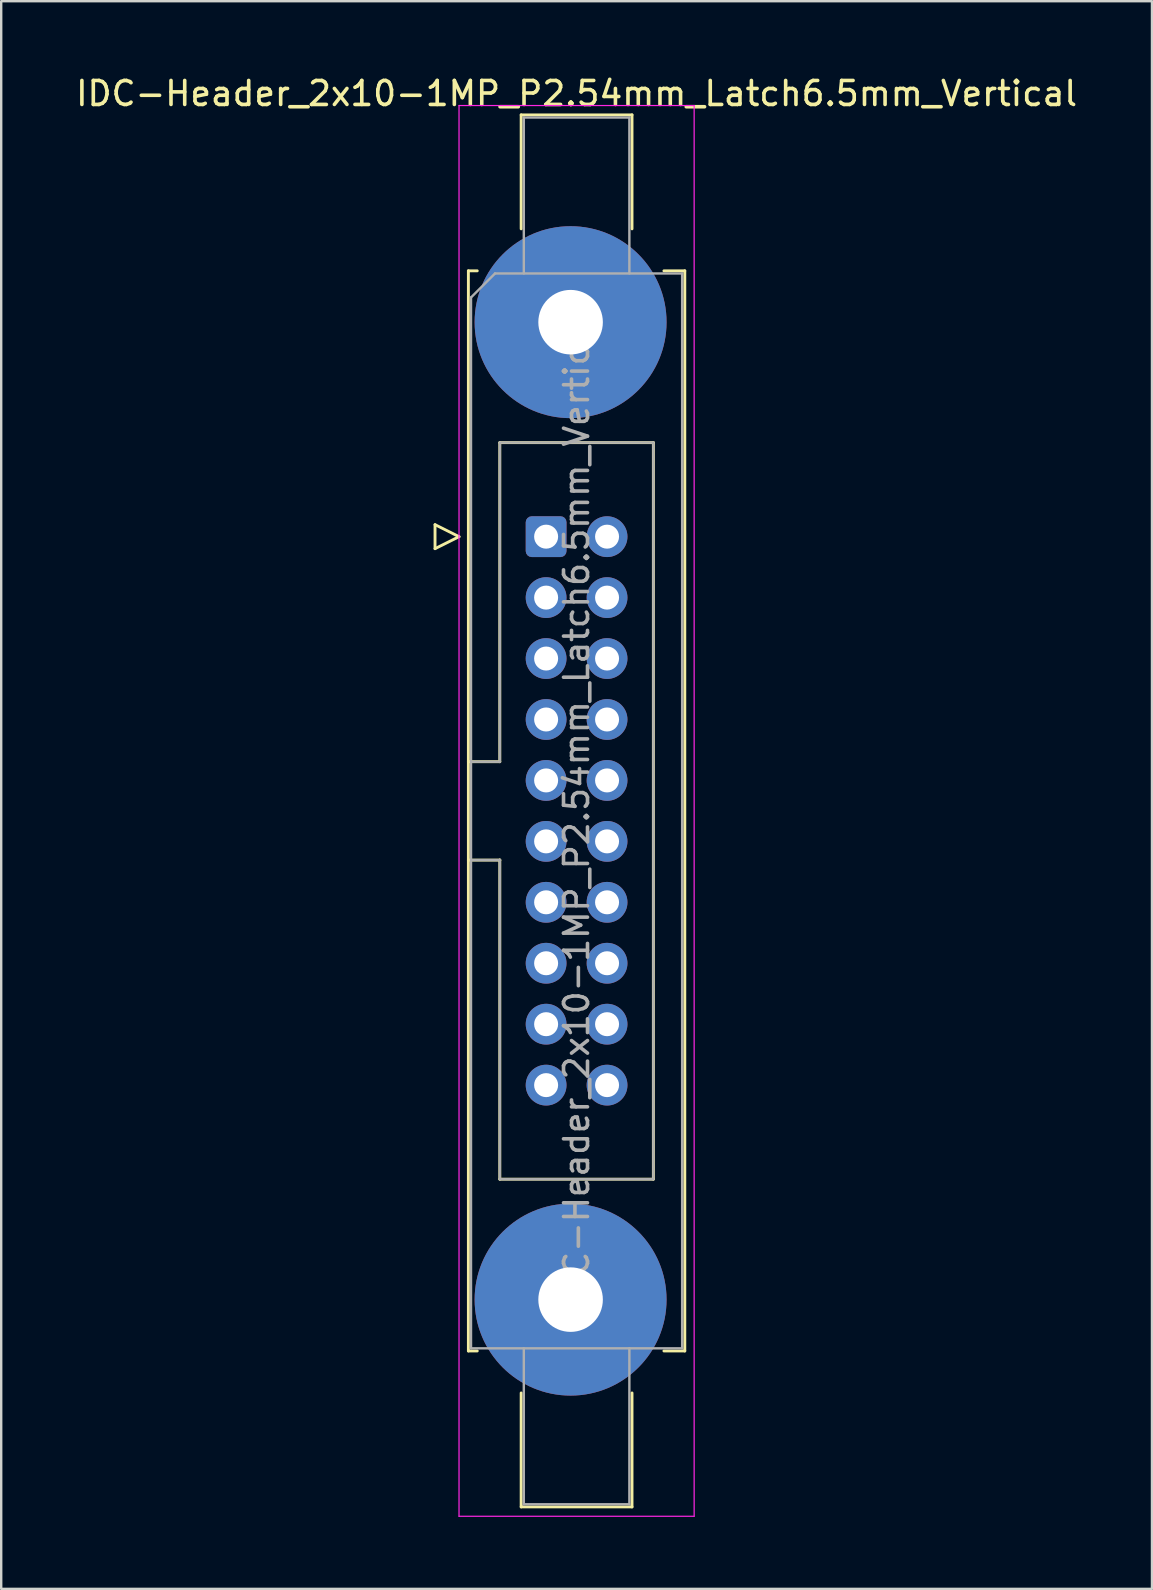
<source format=kicad_pcb>
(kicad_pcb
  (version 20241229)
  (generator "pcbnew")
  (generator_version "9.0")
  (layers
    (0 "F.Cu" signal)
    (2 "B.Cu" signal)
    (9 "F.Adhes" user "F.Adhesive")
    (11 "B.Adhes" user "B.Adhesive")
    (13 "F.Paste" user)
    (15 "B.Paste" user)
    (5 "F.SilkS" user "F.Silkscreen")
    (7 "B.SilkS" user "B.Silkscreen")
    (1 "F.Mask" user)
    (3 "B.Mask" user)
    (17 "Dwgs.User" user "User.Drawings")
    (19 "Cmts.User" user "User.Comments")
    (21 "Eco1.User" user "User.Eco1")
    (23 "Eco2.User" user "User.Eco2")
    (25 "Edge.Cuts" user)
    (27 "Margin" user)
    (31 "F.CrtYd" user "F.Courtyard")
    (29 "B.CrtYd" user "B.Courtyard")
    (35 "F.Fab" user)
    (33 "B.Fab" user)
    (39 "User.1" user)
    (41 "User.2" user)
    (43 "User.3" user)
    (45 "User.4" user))
  (footprint "IDC-Header_2x10-1MP_P2.54mm_Latch6.5mm_Vertical"
    (layer "F.Cu")
    (at 19.712 19.318)
    (property "Reference" "IDC-Header_2x10-1MP_P2.54mm_Latch6.5mm_Vertical" (at 1.27 -18.47 0) (layer "F.SilkS") (effects (font (size 1 1) (thickness 0.15))))
    (attr through_hole)
    (fp_line (start -4.63 -0.5) (end -4.63 0.5) (stroke (width 0.12) (type solid)) (layer "F.SilkS"))
    (fp_line (start -4.63 0.5) (end -3.63 0) (stroke (width 0.12) (type solid)) (layer "F.SilkS"))
    (fp_line (start -3.63 0) (end -4.63 -0.5) (stroke (width 0.12) (type solid)) (layer "F.SilkS"))
    (fp_line (start -3.24 -11.08) (end -3.24 33.94) (stroke (width 0.12) (type solid)) (layer "F.SilkS"))
    (fp_line (start -3.24 9.38) (end -1.93 9.38) (stroke (width 0.12) (type solid)) (layer "F.SilkS"))
    (fp_line (start -3.24 33.94) (end -2.87 33.94) (stroke (width 0.12) (type solid)) (layer "F.SilkS"))
    (fp_line (start -2.87 -11.08) (end -3.24 -11.08) (stroke (width 0.12) (type solid)) (layer "F.SilkS"))
    (fp_line (start -1.93 -3.92) (end 4.47 -3.92) (stroke (width 0.12) (type solid)) (layer "F.SilkS"))
    (fp_line (start -1.93 9.38) (end -1.93 -3.92) (stroke (width 0.12) (type solid)) (layer "F.SilkS"))
    (fp_line (start -1.93 13.48) (end -3.24 13.48) (stroke (width 0.12) (type solid)) (layer "F.SilkS"))
    (fp_line (start -1.93 13.48) (end -1.93 13.48) (stroke (width 0.12) (type solid)) (layer "F.SilkS"))
    (fp_line (start -1.93 26.78) (end -1.93 13.48) (stroke (width 0.12) (type solid)) (layer "F.SilkS"))
    (fp_line (start -1.04 -17.58) (end 3.58 -17.58) (stroke (width 0.12) (type solid)) (layer "F.SilkS"))
    (fp_line (start -1.04 -12.83) (end -1.04 -17.58) (stroke (width 0.12) (type solid)) (layer "F.SilkS"))
    (fp_line (start -1.04 35.69) (end -1.04 40.44) (stroke (width 0.12) (type solid)) (layer "F.SilkS"))
    (fp_line (start -1.04 40.44) (end 3.58 40.44) (stroke (width 0.12) (type solid)) (layer "F.SilkS"))
    (fp_line (start 3.58 -17.58) (end 3.58 -12.83) (stroke (width 0.12) (type solid)) (layer "F.SilkS"))
    (fp_line (start 3.58 40.44) (end 3.58 35.69) (stroke (width 0.12) (type solid)) (layer "F.SilkS"))
    (fp_line (start 4.47 -3.92) (end 4.47 26.78) (stroke (width 0.12) (type solid)) (layer "F.SilkS"))
    (fp_line (start 4.47 26.78) (end -1.93 26.78) (stroke (width 0.12) (type solid)) (layer "F.SilkS"))
    (fp_line (start 4.91 -11.08) (end 5.78 -11.08) (stroke (width 0.12) (type solid)) (layer "F.SilkS"))
    (fp_line (start 5.78 -11.08) (end 5.78 33.94) (stroke (width 0.12) (type solid)) (layer "F.SilkS"))
    (fp_line (start 5.78 33.94) (end 4.91 33.94) (stroke (width 0.12) (type solid)) (layer "F.SilkS"))
    (fp_line (start -3.63 -17.97) (end -3.63 40.83) (stroke (width 0.05) (type solid)) (layer "F.CrtYd"))
    (fp_line (start -3.63 40.83) (end 6.17 40.83) (stroke (width 0.05) (type solid)) (layer "F.CrtYd"))
    (fp_line (start 6.17 -17.97) (end -3.63 -17.97) (stroke (width 0.05) (type solid)) (layer "F.CrtYd"))
    (fp_line (start 6.17 40.83) (end 6.17 -17.97) (stroke (width 0.05) (type solid)) (layer "F.CrtYd"))
    (fp_line (start -3.13 -9.97) (end -2.13 -10.97) (stroke (width 0.1) (type solid)) (layer "F.Fab"))
    (fp_line (start -3.13 9.38) (end -1.93 9.38) (stroke (width 0.1) (type solid)) (layer "F.Fab"))
    (fp_line (start -3.13 33.83) (end -3.13 -9.97) (stroke (width 0.1) (type solid)) (layer "F.Fab"))
    (fp_line (start -2.13 -10.97) (end 5.67 -10.97) (stroke (width 0.1) (type solid)) (layer "F.Fab"))
    (fp_line (start -1.93 -3.92) (end 4.47 -3.92) (stroke (width 0.1) (type solid)) (layer "F.Fab"))
    (fp_line (start -1.93 9.38) (end -1.93 -3.92) (stroke (width 0.1) (type solid)) (layer "F.Fab"))
    (fp_line (start -1.93 13.48) (end -3.13 13.48) (stroke (width 0.1) (type solid)) (layer "F.Fab"))
    (fp_line (start -1.93 13.48) (end -1.93 13.48) (stroke (width 0.1) (type solid)) (layer "F.Fab"))
    (fp_line (start -1.93 26.78) (end -1.93 13.48) (stroke (width 0.1) (type solid)) (layer "F.Fab"))
    (fp_line (start -0.93 -17.47) (end 3.47 -17.47) (stroke (width 0.1) (type solid)) (layer "F.Fab"))
    (fp_line (start -0.93 -10.97) (end -0.93 -17.47) (stroke (width 0.1) (type solid)) (layer "F.Fab"))
    (fp_line (start -0.93 33.83) (end -0.93 40.33) (stroke (width 0.1) (type solid)) (layer "F.Fab"))
    (fp_line (start -0.93 40.33) (end 3.47 40.33) (stroke (width 0.1) (type solid)) (layer "F.Fab"))
    (fp_line (start 3.47 -17.47) (end 3.47 -10.97) (stroke (width 0.1) (type solid)) (layer "F.Fab"))
    (fp_line (start 3.47 40.33) (end 3.47 33.83) (stroke (width 0.1) (type solid)) (layer "F.Fab"))
    (fp_line (start 4.47 -3.92) (end 4.47 26.78) (stroke (width 0.1) (type solid)) (layer "F.Fab"))
    (fp_line (start 4.47 26.78) (end -1.93 26.78) (stroke (width 0.1) (type solid)) (layer "F.Fab"))
    (fp_line (start 5.67 -10.97) (end 5.67 33.83) (stroke (width 0.1) (type solid)) (layer "F.Fab"))
    (fp_line (start 5.67 33.83) (end -3.13 33.83) (stroke (width 0.1) (type solid)) (layer "F.Fab"))
    (fp_text user "${REFERENCE}" (at 1.27 11.43 90) (layer "F.Fab") (effects (font (size 1 1) (thickness 0.15))))
    (pad "1" thru_hole roundrect (at 0 0) (size 1.7 1.7) (drill 1) (layers "*.Cu" "*.Mask") (roundrect_rratio 0.147))
    (pad "2" thru_hole circle (at 2.54 0) (size 1.7 1.7) (drill 1) (layers "*.Cu" "*.Mask"))
    (pad "3" thru_hole circle (at 0 2.54) (size 1.7 1.7) (drill 1) (layers "*.Cu" "*.Mask"))
    (pad "4" thru_hole circle (at 2.54 2.54) (size 1.7 1.7) (drill 1) (layers "*.Cu" "*.Mask"))
    (pad "5" thru_hole circle (at 0 5.08) (size 1.7 1.7) (drill 1) (layers "*.Cu" "*.Mask"))
    (pad "6" thru_hole circle (at 2.54 5.08) (size 1.7 1.7) (drill 1) (layers "*.Cu" "*.Mask"))
    (pad "7" thru_hole circle (at 0 7.62) (size 1.7 1.7) (drill 1) (layers "*.Cu" "*.Mask"))
    (pad "8" thru_hole circle (at 2.54 7.62) (size 1.7 1.7) (drill 1) (layers "*.Cu" "*.Mask"))
    (pad "9" thru_hole circle (at 0 10.16) (size 1.7 1.7) (drill 1) (layers "*.Cu" "*.Mask"))
    (pad "10" thru_hole circle (at 2.54 10.16) (size 1.7 1.7) (drill 1) (layers "*.Cu" "*.Mask"))
    (pad "11" thru_hole circle (at 0 12.7) (size 1.7 1.7) (drill 1) (layers "*.Cu" "*.Mask"))
    (pad "12" thru_hole circle (at 2.54 12.7) (size 1.7 1.7) (drill 1) (layers "*.Cu" "*.Mask"))
    (pad "13" thru_hole circle (at 0 15.24) (size 1.7 1.7) (drill 1) (layers "*.Cu" "*.Mask"))
    (pad "14" thru_hole circle (at 2.54 15.24) (size 1.7 1.7) (drill 1) (layers "*.Cu" "*.Mask"))
    (pad "15" thru_hole circle (at 0 17.78) (size 1.7 1.7) (drill 1) (layers "*.Cu" "*.Mask"))
    (pad "16" thru_hole circle (at 2.54 17.78) (size 1.7 1.7) (drill 1) (layers "*.Cu" "*.Mask"))
    (pad "17" thru_hole circle (at 0 20.32) (size 1.7 1.7) (drill 1) (layers "*.Cu" "*.Mask"))
    (pad "18" thru_hole circle (at 2.54 20.32) (size 1.7 1.7) (drill 1) (layers "*.Cu" "*.Mask"))
    (pad "19" thru_hole circle (at 0 22.86) (size 1.7 1.7) (drill 1) (layers "*.Cu" "*.Mask"))
    (pad "20" thru_hole circle (at 2.54 22.86) (size 1.7 1.7) (drill 1) (layers "*.Cu" "*.Mask"))
    (pad "MP" thru_hole circle (at 1.02 -8.94) (size 8 8) (drill 2.69) (layers "*.Cu" "*.Mask"))
    (pad "MP" thru_hole circle (at 1.02 31.8) (size 8 8) (drill 2.69) (layers "*.Cu" "*.Mask")))
  (gr_rect
    (start -3 -3)
    (end 44.964 63.173)
    (stroke (width 0.1) (type default))
    (fill no)
    (layer "Edge.Cuts")))
</source>
